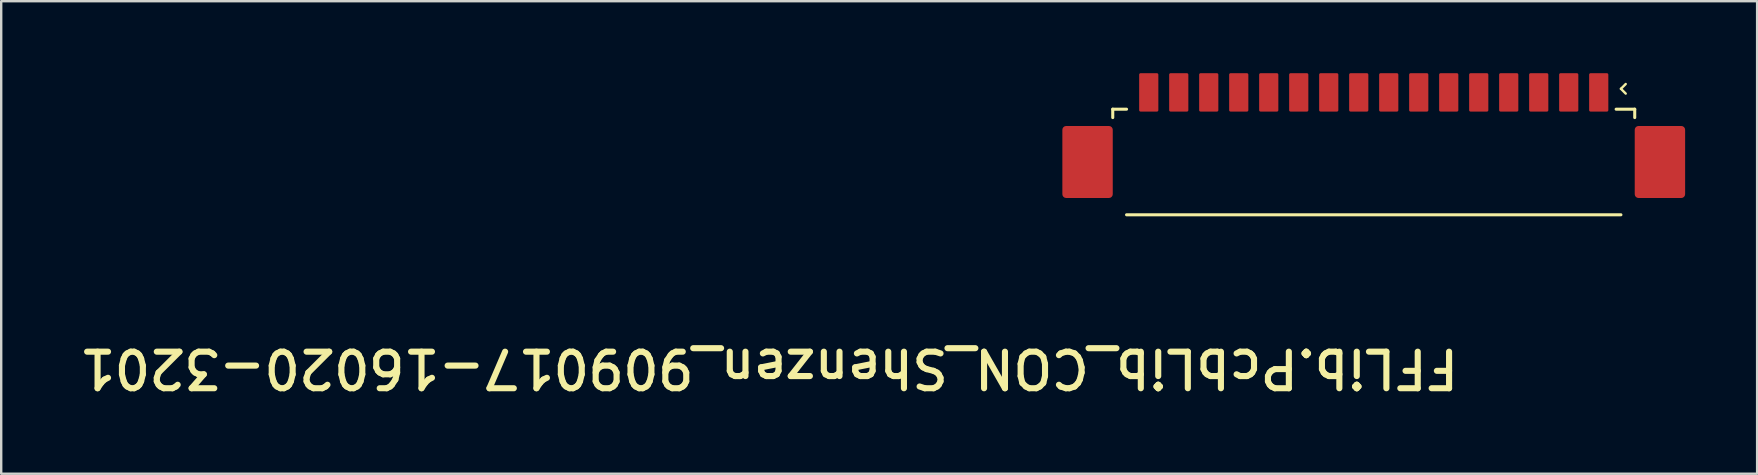
<source format=kicad_pcb>
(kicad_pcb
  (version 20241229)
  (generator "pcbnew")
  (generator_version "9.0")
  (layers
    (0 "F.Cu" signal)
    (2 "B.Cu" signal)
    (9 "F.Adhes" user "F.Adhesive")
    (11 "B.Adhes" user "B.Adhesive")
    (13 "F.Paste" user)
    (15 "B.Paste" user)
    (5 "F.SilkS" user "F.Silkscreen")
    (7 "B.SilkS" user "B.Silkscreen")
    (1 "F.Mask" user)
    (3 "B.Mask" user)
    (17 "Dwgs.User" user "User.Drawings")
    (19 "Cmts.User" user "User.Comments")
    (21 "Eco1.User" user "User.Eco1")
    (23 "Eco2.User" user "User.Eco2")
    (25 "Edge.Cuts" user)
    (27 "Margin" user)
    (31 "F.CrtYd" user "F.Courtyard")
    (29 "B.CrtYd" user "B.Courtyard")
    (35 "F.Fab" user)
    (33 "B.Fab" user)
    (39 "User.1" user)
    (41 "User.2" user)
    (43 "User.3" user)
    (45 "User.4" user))
  (footprint "FFLib.PcbLib_CON_Shenzen_909017-16020-3201"
    (layer "F.Cu")
    (at 54.192 2.25)
    (property "Reference" "FFLib.PcbLib_CON_Shenzen_909017-16020-3201" (at 3.669 9.154 180) (unlocked yes) (layer "F.SilkS") (effects (font (size 1.524 1.524) (thickness 0.254)) (justify left bottom)))
    (fp_line (start -10.875 -0.75) (end -10.875 -0.4) (stroke (width 0.127) (type solid)) (layer "F.SilkS"))
    (fp_line (start -10.3 -0.75) (end -10.875 -0.75) (stroke (width 0.127) (type solid)) (layer "F.SilkS"))
    (fp_line (start 10.3 3.65) (end -10.3 3.65) (stroke (width 0.127) (type solid)) (layer "F.SilkS"))
    (fp_line (start 10.5 -1.8) (end 10.3 -1.6) (stroke (width 0.1) (type solid)) (layer "F.SilkS"))
    (fp_line (start 10.5 -1.4) (end 10.3 -1.6) (stroke (width 0.1) (type solid)) (layer "F.SilkS"))
    (fp_line (start 10.875 -0.75) (end 10.1 -0.75) (stroke (width 0.127) (type solid)) (layer "F.SilkS"))
    (fp_line (start 10.875 -0.75) (end 10.875 -0.4) (stroke (width 0.127) (type solid)) (layer "F.SilkS"))
    (fp_line (start 0 0) (end 0 0.5) (stroke (width 0.1) (type solid)) (layer "Eco1.User"))
    (fp_line (start 0.5 0) (end 0 0) (stroke (width 0.1) (type solid)) (layer "Eco1.User"))
    (fp_line (start -11.6 -0.75) (end -11.6 3.65) (stroke (width 0.025) (type solid)) (layer "User.1"))
    (fp_line (start -9.525 -1.75) (end -9.525 -0.75) (stroke (width 0.025) (type solid)) (layer "User.1"))
    (fp_line (start -9.225 -1.75) (end -9.525 -1.75) (stroke (width 0.025) (type solid)) (layer "User.1"))
    (fp_line (start -9.225 -1.75) (end -9.225 -0.75) (stroke (width 0.025) (type solid)) (layer "User.1"))
    (fp_line (start -8.275 -1.75) (end -8.275 -0.75) (stroke (width 0.025) (type solid)) (layer "User.1"))
    (fp_line (start -7.975 -1.75) (end -8.275 -1.75) (stroke (width 0.025) (type solid)) (layer "User.1"))
    (fp_line (start -7.975 -1.75) (end -7.975 -0.75) (stroke (width 0.025) (type solid)) (layer "User.1"))
    (fp_line (start -7.025 -1.75) (end -7.025 -0.75) (stroke (width 0.025) (type solid)) (layer "User.1"))
    (fp_line (start -6.725 -1.75) (end -7.025 -1.75) (stroke (width 0.025) (type solid)) (layer "User.1"))
    (fp_line (start -6.725 -1.75) (end -6.725 -0.75) (stroke (width 0.025) (type solid)) (layer "User.1"))
    (fp_line (start -5.775 -1.75) (end -5.775 -0.75) (stroke (width 0.025) (type solid)) (layer "User.1"))
    (fp_line (start -5.475 -1.75) (end -5.775 -1.75) (stroke (width 0.025) (type solid)) (layer "User.1"))
    (fp_line (start -5.475 -1.75) (end -5.475 -0.75) (stroke (width 0.025) (type solid)) (layer "User.1"))
    (fp_line (start -4.525 -1.75) (end -4.525 -0.75) (stroke (width 0.025) (type solid)) (layer "User.1"))
    (fp_line (start -4.225 -1.75) (end -4.525 -1.75) (stroke (width 0.025) (type solid)) (layer "User.1"))
    (fp_line (start -4.225 -1.75) (end -4.225 -0.75) (stroke (width 0.025) (type solid)) (layer "User.1"))
    (fp_line (start -3.275 -1.75) (end -3.275 -0.75) (stroke (width 0.025) (type solid)) (layer "User.1"))
    (fp_line (start -2.975 -1.75) (end -3.275 -1.75) (stroke (width 0.025) (type solid)) (layer "User.1"))
    (fp_line (start -2.975 -1.75) (end -2.975 -0.75) (stroke (width 0.025) (type solid)) (layer "User.1"))
    (fp_line (start -2.025 -1.75) (end -2.025 -0.75) (stroke (width 0.025) (type solid)) (layer "User.1"))
    (fp_line (start -1.725 -1.75) (end -2.025 -1.75) (stroke (width 0.025) (type solid)) (layer "User.1"))
    (fp_line (start -1.725 -1.75) (end -1.725 -0.75) (stroke (width 0.025) (type solid)) (layer "User.1"))
    (fp_line (start -0.775 -1.75) (end -0.775 -0.75) (stroke (width 0.025) (type solid)) (layer "User.1"))
    (fp_line (start -0.475 -1.75) (end -0.775 -1.75) (stroke (width 0.025) (type solid)) (layer "User.1"))
    (fp_line (start -0.475 -1.75) (end -0.475 -0.75) (stroke (width 0.025) (type solid)) (layer "User.1"))
    (fp_line (start 0.475 -1.75) (end 0.475 -0.75) (stroke (width 0.025) (type solid)) (layer "User.1"))
    (fp_line (start 0.775 -1.75) (end 0.475 -1.75) (stroke (width 0.025) (type solid)) (layer "User.1"))
    (fp_line (start 0.775 -1.75) (end 0.775 -0.75) (stroke (width 0.025) (type solid)) (layer "User.1"))
    (fp_line (start 1.725 -1.75) (end 1.725 -0.75) (stroke (width 0.025) (type solid)) (layer "User.1"))
    (fp_line (start 2.025 -1.75) (end 1.725 -1.75) (stroke (width 0.025) (type solid)) (layer "User.1"))
    (fp_line (start 2.025 -1.75) (end 2.025 -0.75) (stroke (width 0.025) (type solid)) (layer "User.1"))
    (fp_line (start 2.975 -1.75) (end 2.975 -0.75) (stroke (width 0.025) (type solid)) (layer "User.1"))
    (fp_line (start 3.275 -1.75) (end 2.975 -1.75) (stroke (width 0.025) (type solid)) (layer "User.1"))
    (fp_line (start 3.275 -1.75) (end 3.275 -0.75) (stroke (width 0.025) (type solid)) (layer "User.1"))
    (fp_line (start 4.225 -1.75) (end 4.225 -0.75) (stroke (width 0.025) (type solid)) (layer "User.1"))
    (fp_line (start 4.525 -1.75) (end 4.225 -1.75) (stroke (width 0.025) (type solid)) (layer "User.1"))
    (fp_line (start 4.525 -1.75) (end 4.525 -0.75) (stroke (width 0.025) (type solid)) (layer "User.1"))
    (fp_line (start 5.475 -1.75) (end 5.475 -0.75) (stroke (width 0.025) (type solid)) (layer "User.1"))
    (fp_line (start 5.775 -1.75) (end 5.475 -1.75) (stroke (width 0.025) (type solid)) (layer "User.1"))
    (fp_line (start 5.775 -1.75) (end 5.775 -0.75) (stroke (width 0.025) (type solid)) (layer "User.1"))
    (fp_line (start 6.725 -1.75) (end 6.725 -0.75) (stroke (width 0.025) (type solid)) (layer "User.1"))
    (fp_line (start 7.025 -1.75) (end 6.725 -1.75) (stroke (width 0.025) (type solid)) (layer "User.1"))
    (fp_line (start 7.025 -1.75) (end 7.025 -0.75) (stroke (width 0.025) (type solid)) (layer "User.1"))
    (fp_line (start 7.975 -1.75) (end 7.975 -0.75) (stroke (width 0.025) (type solid)) (layer "User.1"))
    (fp_line (start 8.275 -1.75) (end 7.975 -1.75) (stroke (width 0.025) (type solid)) (layer "User.1"))
    (fp_line (start 8.275 -1.75) (end 8.275 -0.75) (stroke (width 0.025) (type solid)) (layer "User.1"))
    (fp_line (start 9.225 -1.75) (end 9.225 -0.75) (stroke (width 0.025) (type solid)) (layer "User.1"))
    (fp_line (start 9.375 -0.4) (end 9.125 -0.15) (stroke (width 0.025) (type solid)) (layer "User.1"))
    (fp_line (start 9.525 -1.75) (end 9.225 -1.75) (stroke (width 0.025) (type solid)) (layer "User.1"))
    (fp_line (start 9.525 -1.75) (end 9.525 -0.75) (stroke (width 0.025) (type solid)) (layer "User.1"))
    (fp_line (start 9.625 -0.15) (end 9.375 -0.4) (stroke (width 0.025) (type solid)) (layer "User.1"))
    (fp_line (start 11.6 -0.75) (end -11.6 -0.75) (stroke (width 0.025) (type solid)) (layer "User.1"))
    (fp_line (start 11.6 -0.75) (end 11.6 3.65) (stroke (width 0.025) (type solid)) (layer "User.1"))
    (fp_line (start 11.6 3.65) (end -11.6 3.65) (stroke (width 0.025) (type solid)) (layer "User.1"))
    (fp_text user "${REFERENCE}" (at -0.6 1.14 0) (unlocked yes) (layer "User.1") (effects (font (size 0.25 0.25) (thickness 0.025))))
    (pad "0" smd roundrect (at -11.925 1.45) (size 2.1 3) (layers "F.Cu" "F.Mask" "F.Paste") (roundrect_rratio 0.075))
    (pad "0" smd roundrect (at 11.925 1.45 180) (size 2.1 3) (layers "F.Cu" "F.Mask" "F.Paste") (roundrect_rratio 0.075))
    (pad "1" smd roundrect (at 9.375 -1.45) (size 0.8 1.6) (layers "F.Cu" "F.Mask" "F.Paste") (roundrect_rratio 0.075))
    (pad "2" smd roundrect (at 8.125 -1.45) (size 0.8 1.6) (layers "F.Cu" "F.Mask" "F.Paste") (roundrect_rratio 0.075))
    (pad "3" smd roundrect (at 6.875 -1.45) (size 0.8 1.6) (layers "F.Cu" "F.Mask" "F.Paste") (roundrect_rratio 0.075))
    (pad "4" smd roundrect (at 5.625 -1.45) (size 0.8 1.6) (layers "F.Cu" "F.Mask" "F.Paste") (roundrect_rratio 0.075))
    (pad "5" smd roundrect (at 4.375 -1.45) (size 0.8 1.6) (layers "F.Cu" "F.Mask" "F.Paste") (roundrect_rratio 0.075))
    (pad "6" smd roundrect (at 3.125 -1.45) (size 0.8 1.6) (layers "F.Cu" "F.Mask" "F.Paste") (roundrect_rratio 0.075))
    (pad "7" smd roundrect (at 1.875 -1.45) (size 0.8 1.6) (layers "F.Cu" "F.Mask" "F.Paste") (roundrect_rratio 0.075))
    (pad "8" smd roundrect (at 0.625 -1.45) (size 0.8 1.6) (layers "F.Cu" "F.Mask" "F.Paste") (roundrect_rratio 0.075))
    (pad "9" smd roundrect (at -0.625 -1.45) (size 0.8 1.6) (layers "F.Cu" "F.Mask" "F.Paste") (roundrect_rratio 0.075))
    (pad "10" smd roundrect (at -1.875 -1.45) (size 0.8 1.6) (layers "F.Cu" "F.Mask" "F.Paste") (roundrect_rratio 0.075))
    (pad "11" smd roundrect (at -3.125 -1.45) (size 0.8 1.6) (layers "F.Cu" "F.Mask" "F.Paste") (roundrect_rratio 0.075))
    (pad "12" smd roundrect (at -4.375 -1.45) (size 0.8 1.6) (layers "F.Cu" "F.Mask" "F.Paste") (roundrect_rratio 0.075))
    (pad "13" smd roundrect (at -5.625 -1.45) (size 0.8 1.6) (layers "F.Cu" "F.Mask" "F.Paste") (roundrect_rratio 0.075))
    (pad "14" smd roundrect (at -6.875 -1.45) (size 0.8 1.6) (layers "F.Cu" "F.Mask" "F.Paste") (roundrect_rratio 0.075))
    (pad "15" smd roundrect (at -8.125 -1.45) (size 0.8 1.6) (layers "F.Cu" "F.Mask" "F.Paste") (roundrect_rratio 0.075))
    (pad "16" smd roundrect (at -9.375 -1.45) (size 0.8 1.6) (layers "F.Cu" "F.Mask" "F.Paste") (roundrect_rratio 0.075)))
  (gr_rect
    (start -3 -3)
    (end 70.167 16.69)
    (stroke (width 0.1) (type default))
    (fill no)
    (layer "Edge.Cuts")))
</source>
